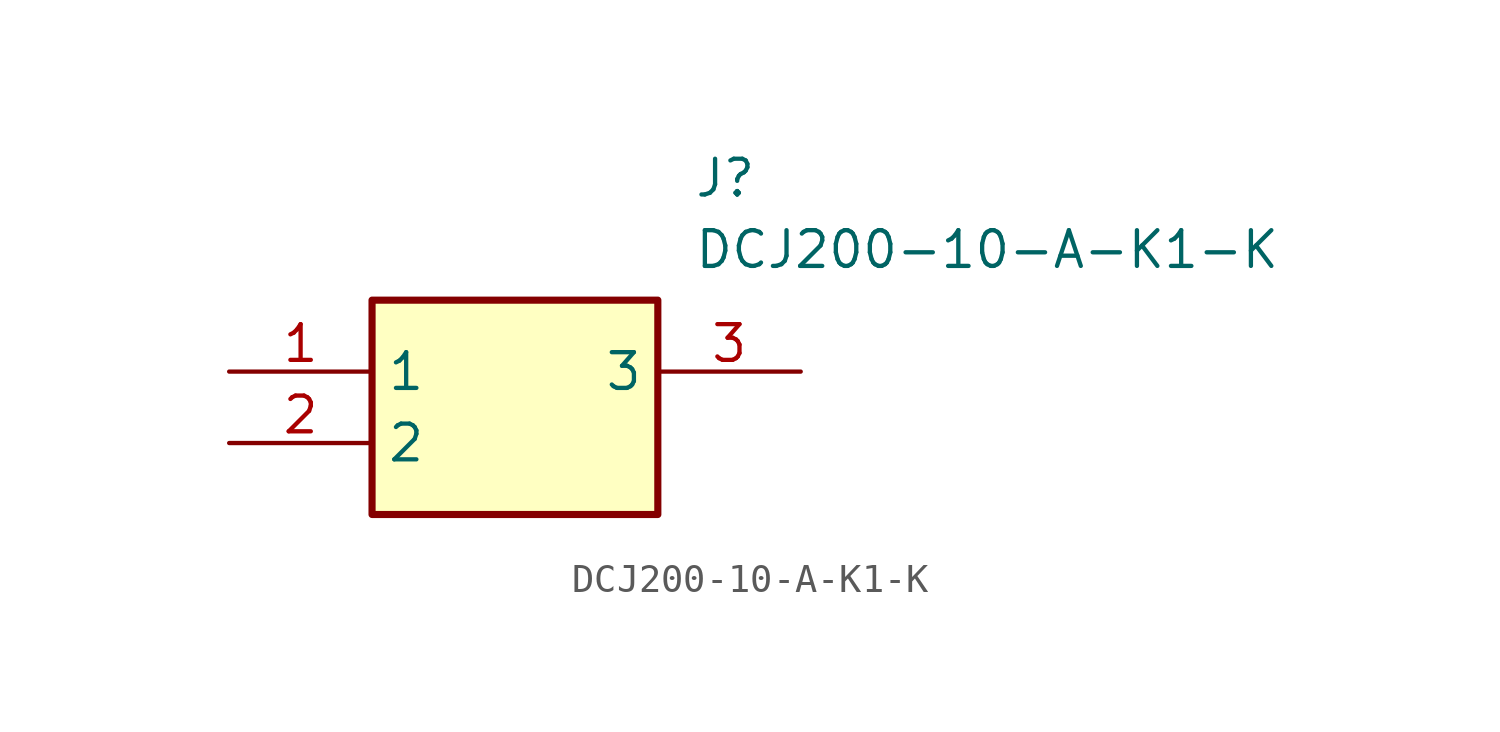
<source format=kicad_sym>
(kicad_symbol_lib
  (version 20211014)
  (generator SamacSys_ECAD_Model)
  (symbol "DCJ200-10-A-K1-K"
    (property "Reference" "J"
      (at 16.51 7.62 0)
      (effects (font (size 1.27 1.27)) (justify left top)))
    (property "Value" "DCJ200-10-A-K1-K"
      (at 16.51 5.08 0)
      (effects (font (size 1.27 1.27)) (justify left top)))
    (rectangle
      (start 5.08 2.54)
      (end 15.24 -5.08)
      (stroke (width 0.254) (type default))
      (fill (type background)))
    (pin passive line
      (at 0 0 0)
      (length 5.08)
      (name "1" (effects (font (size 1.27 1.27))))
      (number "1" (effects (font (size 1.27 1.27)))))
    (pin passive line
      (at 0 -2.54 0)
      (length 5.08)
      (name "2" (effects (font (size 1.27 1.27))))
      (number "2" (effects (font (size 1.27 1.27)))))
    (pin passive line
      (at 20.32 0 180)
      (length 5.08)
      (name "3" (effects (font (size 1.27 1.27))))
      (number "3" (effects (font (size 1.27 1.27)))))))
</source>
